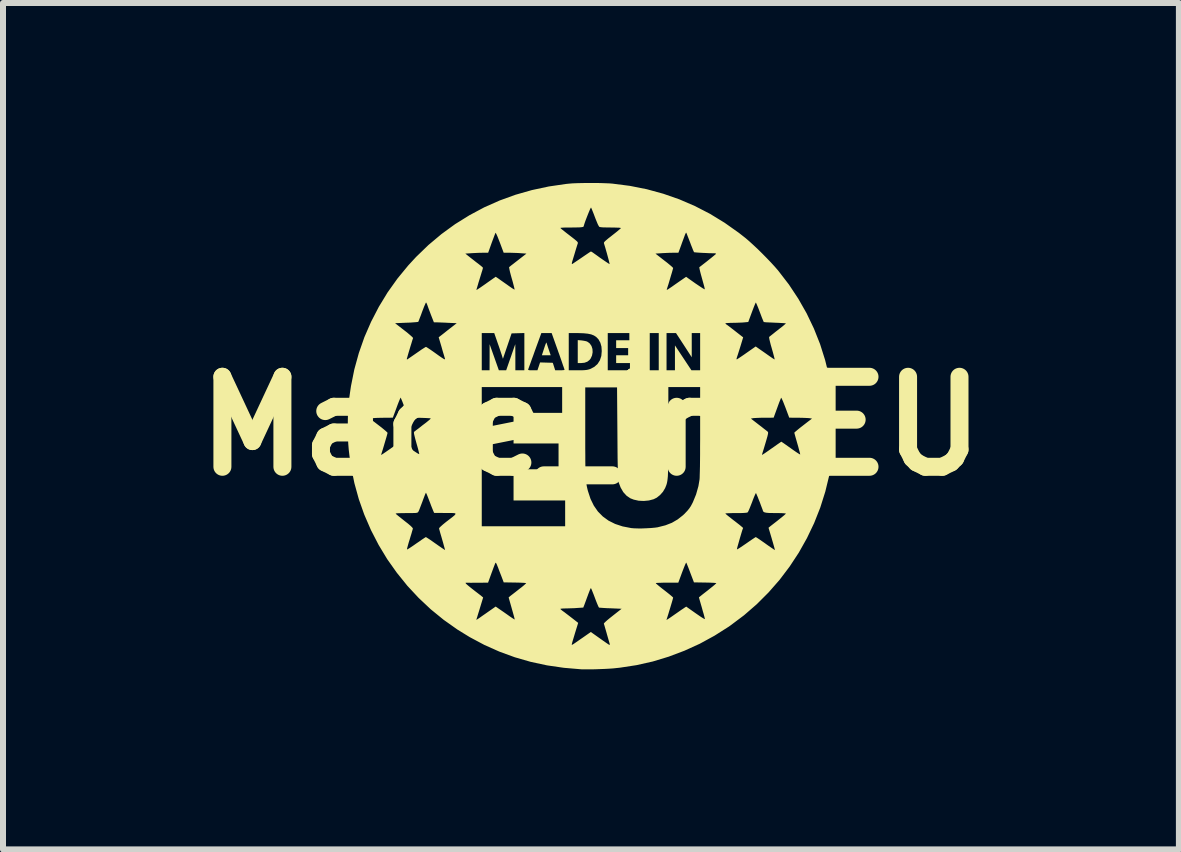
<source format=kicad_pcb>
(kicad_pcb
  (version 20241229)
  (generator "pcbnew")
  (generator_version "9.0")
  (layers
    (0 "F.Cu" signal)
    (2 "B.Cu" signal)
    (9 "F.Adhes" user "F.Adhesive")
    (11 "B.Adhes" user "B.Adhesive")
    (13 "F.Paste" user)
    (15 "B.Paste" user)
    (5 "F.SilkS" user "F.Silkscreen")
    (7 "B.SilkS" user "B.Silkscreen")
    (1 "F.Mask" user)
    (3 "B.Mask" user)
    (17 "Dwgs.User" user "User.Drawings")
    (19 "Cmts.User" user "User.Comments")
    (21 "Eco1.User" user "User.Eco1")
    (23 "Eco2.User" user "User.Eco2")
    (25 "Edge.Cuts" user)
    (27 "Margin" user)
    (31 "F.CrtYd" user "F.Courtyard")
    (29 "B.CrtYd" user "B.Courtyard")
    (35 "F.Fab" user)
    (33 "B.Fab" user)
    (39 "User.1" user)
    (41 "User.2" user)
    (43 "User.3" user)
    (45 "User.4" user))
  (footprint "Made_in_EU"
    (layer "F.Cu")
    (at 6.8 4.052)
    (property "Reference" "Made_in_EU" (at 0 0 0) (layer "F.SilkS") (effects (font (size 1.5 1.5) (thickness 0.3))))
    (attr board_only exclude_from_pos_files exclude_from_bom)
    (fp_poly (pts (xy -0.742 -1.393) (xy -0.737 -1.378) (xy -0.728 -1.349) (xy -0.715 -1.31) (xy -0.705 -1.28) (xy -0.671 -1.18) (xy -0.745 -1.18) (xy -0.818 -1.18) (xy -0.781 -1.294) (xy -0.767 -1.336) (xy -0.755 -1.369) (xy -0.746 -1.389) (xy -0.742 -1.393)) (stroke (width 0) (type solid)) (fill yes) (layer "F.SilkS"))
    (fp_poly (pts (xy -0.157 -1.428) (xy -0.117 -1.422) (xy -0.079 -1.414) (xy -0.059 -1.406) (xy -0.02 -1.377) (xy 0.009 -1.335) (xy 0.025 -1.285) (xy 0.028 -1.231) (xy 0.018 -1.176) (xy -0.005 -1.126) (xy -0.021 -1.105) (xy -0.059 -1.074) (xy -0.107 -1.056) (xy -0.169 -1.05) (xy -0.172 -1.05) (xy -0.22 -1.05) (xy -0.22 -1.241) (xy -0.22 -1.433)) (stroke (width 0) (type solid)) (fill yes) (layer "F.SilkS"))
    (fp_poly (pts (xy 0.055 -4.052) (xy 0.15 -4.051) (xy 0.237 -4.048) (xy 0.313 -4.045) (xy 0.36 -4.041) (xy 0.649 -4.004) (xy 0.931 -3.948) (xy 1.205 -3.873) (xy 1.472 -3.78) (xy 1.732 -3.668) (xy 1.984 -3.538) (xy 2.228 -3.389) (xy 2.464 -3.222) (xy 2.58 -3.131) (xy 2.637 -3.082) (xy 2.704 -3.021) (xy 2.778 -2.952) (xy 2.854 -2.877) (xy 2.929 -2.801) (xy 3.001 -2.726) (xy 3.065 -2.656) (xy 3.119 -2.594) (xy 3.126 -2.585) (xy 3.3 -2.359) (xy 3.456 -2.123) (xy 3.595 -1.879) (xy 3.716 -1.626) (xy 3.819 -1.367) (xy 3.903 -1.101) (xy 3.97 -0.83) (xy 4.017 -0.555) (xy 4.046 -0.276) (xy 4.055 0.005) (xy 4.045 0.288) (xy 4.019 0.544) (xy 3.972 0.821) (xy 3.906 1.093) (xy 3.822 1.359) (xy 3.72 1.617) (xy 3.6 1.868) (xy 3.464 2.11) (xy 3.312 2.341) (xy 3.144 2.563) (xy 2.961 2.772) (xy 2.764 2.969) (xy 2.552 3.153) (xy 2.327 3.322) (xy 2.299 3.342) (xy 2.061 3.493) (xy 1.814 3.628) (xy 1.559 3.744) (xy 1.297 3.843) (xy 1.03 3.924) (xy 0.758 3.985) (xy 0.483 4.027) (xy 0.37 4.039) (xy 0.312 4.043) (xy 0.243 4.047) (xy 0.166 4.05) (xy 0.087 4.053) (xy 0.009 4.055) (xy -0.061 4.055) (xy -0.121 4.055) (xy -0.16 4.054) (xy -0.452 4.029) (xy -0.734 3.988) (xy -1.007 3.929) (xy -1.27 3.853) (xy -1.527 3.759) (xy -1.776 3.648) (xy -2.02 3.518) (xy -2.225 3.392) (xy -2.454 3.23) (xy -2.67 3.054) (xy -2.873 2.863) (xy -3.062 2.66) (xy -3.097 2.616) (xy -2.09 2.616) (xy -2.082 2.628) (xy -2.062 2.646) (xy -2.03 2.673) (xy -1.985 2.709) (xy -1.925 2.756) (xy -1.896 2.778) (xy -1.865 2.802) (xy -1.836 2.824) (xy -1.822 2.836) (xy -1.797 2.857) (xy -1.85 3.031) (xy -1.867 3.087) (xy -1.883 3.138) (xy -1.895 3.179) (xy -1.904 3.207) (xy -1.908 3.219) (xy -1.91 3.225) (xy -1.91 3.228) (xy -1.905 3.227) (xy -1.895 3.221) (xy -1.876 3.209) (xy -1.847 3.189) (xy -1.806 3.16) (xy -1.751 3.122) (xy -1.737 3.112) (xy -1.588 3.008) (xy -1.507 3.064) (xy -1.459 3.097) (xy -1.406 3.134) (xy -1.358 3.168) (xy -1.347 3.176) (xy -1.314 3.198) (xy -1.288 3.215) (xy -1.273 3.223) (xy -1.27 3.223) (xy -1.273 3.212) (xy -1.28 3.184) (xy -1.291 3.143) (xy -1.305 3.093) (xy -1.318 3.047) (xy -0.51 3.047) (xy -0.502 3.057) (xy -0.483 3.073) (xy -0.467 3.085) (xy -0.443 3.102) (xy -0.408 3.129) (xy -0.366 3.161) (xy -0.322 3.195) (xy -0.319 3.197) (xy -0.213 3.28) (xy -0.266 3.452) (xy -0.283 3.509) (xy -0.298 3.559) (xy -0.31 3.599) (xy -0.317 3.627) (xy -0.32 3.638) (xy -0.32 3.643) (xy -0.318 3.646) (xy -0.313 3.645) (xy -0.303 3.64) (xy -0.284 3.628) (xy -0.256 3.609) (xy -0.216 3.581) (xy -0.163 3.544) (xy -0.148 3.534) (xy -0.002 3.432) (xy 0.146 3.537) (xy 0.194 3.571) (xy 0.237 3.601) (xy 0.272 3.625) (xy 0.296 3.641) (xy 0.307 3.647) (xy 0.314 3.646) (xy 0.312 3.63) (xy 0.311 3.623) (xy 0.305 3.604) (xy 0.295 3.569) (xy 0.282 3.524) (xy 0.267 3.472) (xy 0.261 3.45) (xy 0.246 3.398) (xy 0.233 3.353) (xy 0.223 3.318) (xy 0.216 3.297) (xy 0.215 3.293) (xy 0.221 3.283) (xy 0.241 3.263) (xy 0.272 3.235) (xy 0.313 3.201) (xy 0.36 3.164) (xy 0.361 3.163) (xy 0.511 3.045) (xy 0.328 3.037) (xy 0.269 3.035) (xy 0.217 3.032) (xy 0.175 3.029) (xy 0.147 3.027) (xy 0.135 3.026) (xy 0.128 3.016) (xy 0.116 2.99) (xy 0.1 2.952) (xy 0.081 2.904) (xy 0.065 2.861) (xy 0.045 2.808) (xy 0.027 2.763) (xy 0.013 2.728) (xy 0.003 2.706) (xy -0.001 2.7) (xy -0.007 2.709) (xy -0.018 2.733) (xy -0.032 2.769) (xy -0.049 2.813) (xy -0.05 2.817) (xy -0.069 2.868) (xy -0.086 2.915) (xy -0.101 2.955) (xy -0.11 2.98) (xy -0.128 3.025) (xy -0.221 3.031) (xy -0.277 3.035) (xy -0.341 3.037) (xy -0.401 3.039) (xy -0.412 3.039) (xy -0.454 3.04) (xy -0.486 3.042) (xy -0.506 3.045) (xy -0.51 3.047) (xy -1.318 3.047) (xy -1.321 3.036) (xy -1.321 3.036) (xy -1.372 2.856) (xy -1.344 2.832) (xy -1.326 2.818) (xy -1.295 2.794) (xy -1.256 2.764) (xy -1.213 2.73) (xy -1.198 2.718) (xy -1.156 2.686) (xy -1.121 2.657) (xy -1.096 2.635) (xy -1.082 2.622) (xy -1.08 2.619) (xy -1.082 2.618) (xy 1.08 2.618) (xy 1.088 2.627) (xy 1.109 2.645) (xy 1.14 2.671) (xy 1.181 2.704) (xy 1.225 2.738) (xy 1.271 2.774) (xy 1.311 2.806) (xy 1.343 2.833) (xy 1.363 2.851) (xy 1.37 2.859) (xy 1.367 2.87) (xy 1.36 2.898) (xy 1.349 2.936) (xy 1.335 2.983) (xy 1.32 3.033) (xy 1.304 3.085) (xy 1.29 3.132) (xy 1.277 3.173) (xy 1.268 3.202) (xy 1.263 3.216) (xy 1.259 3.228) (xy 1.264 3.229) (xy 1.28 3.219) (xy 1.285 3.216) (xy 1.305 3.203) (xy 1.336 3.182) (xy 1.376 3.154) (xy 1.419 3.124) (xy 1.425 3.12) (xy 1.468 3.09) (xy 1.508 3.062) (xy 1.54 3.041) (xy 1.56 3.027) (xy 1.562 3.026) (xy 1.588 3.009) (xy 1.744 3.119) (xy 1.792 3.152) (xy 1.834 3.181) (xy 1.868 3.202) (xy 1.891 3.215) (xy 1.9 3.217) (xy 1.9 3.217) (xy 1.897 3.204) (xy 1.89 3.175) (xy 1.879 3.133) (xy 1.864 3.083) (xy 1.85 3.031) (xy 1.834 2.976) (xy 1.82 2.927) (xy 1.809 2.889) (xy 1.802 2.864) (xy 1.8 2.855) (xy 1.807 2.849) (xy 1.828 2.832) (xy 1.86 2.806) (xy 1.9 2.775) (xy 1.945 2.74) (xy 1.991 2.703) (xy 2.031 2.671) (xy 2.062 2.645) (xy 2.083 2.626) (xy 2.09 2.618) (xy 2.081 2.616) (xy 2.054 2.613) (xy 2.014 2.611) (xy 1.963 2.609) (xy 1.905 2.608) (xy 1.903 2.608) (xy 1.717 2.605) (xy 1.655 2.443) (xy 1.635 2.389) (xy 1.617 2.343) (xy 1.602 2.306) (xy 1.592 2.282) (xy 1.588 2.275) (xy 1.583 2.282) (xy 1.572 2.305) (xy 1.557 2.341) (xy 1.539 2.387) (xy 1.519 2.439) (xy 1.456 2.61) (xy 1.268 2.61) (xy 1.209 2.61) (xy 1.158 2.612) (xy 1.117 2.613) (xy 1.09 2.615) (xy 1.08 2.618) (xy 1.08 2.618) (xy -1.082 2.618) (xy -1.089 2.616) (xy -1.116 2.613) (xy -1.156 2.611) (xy -1.207 2.609) (xy -1.265 2.608) (xy -1.267 2.608) (xy -1.454 2.605) (xy -1.49 2.51) (xy -1.51 2.459) (xy -1.531 2.405) (xy -1.549 2.356) (xy -1.555 2.342) (xy -1.568 2.309) (xy -1.58 2.285) (xy -1.589 2.276) (xy -1.59 2.277) (xy -1.596 2.288) (xy -1.607 2.316) (xy -1.622 2.355) (xy -1.64 2.404) (xy -1.656 2.447) (xy -1.715 2.61) (xy -1.89 2.611) (xy -1.948 2.611) (xy -1.999 2.612) (xy -2.04 2.611) (xy -2.068 2.611) (xy -2.078 2.611) (xy -2.088 2.611) (xy -2.09 2.616) (xy -3.097 2.616) (xy -3.236 2.444) (xy -3.396 2.218) (xy -3.539 1.981) (xy -3.666 1.735) (xy -3.776 1.481) (xy -3.784 1.46) (xy -3.255 1.46) (xy -3.246 1.469) (xy -3.223 1.488) (xy -3.19 1.515) (xy -3.148 1.548) (xy -3.107 1.581) (xy -3.048 1.627) (xy -3.006 1.663) (xy -2.98 1.689) (xy -2.969 1.705) (xy -2.968 1.708) (xy -2.972 1.723) (xy -2.981 1.753) (xy -2.993 1.796) (xy -3.009 1.847) (xy -3.021 1.888) (xy -3.038 1.942) (xy -3.051 1.989) (xy -3.061 2.026) (xy -3.066 2.05) (xy -3.066 2.057) (xy -3.057 2.053) (xy -3.034 2.04) (xy -3 2.018) (xy -2.957 1.989) (xy -2.91 1.956) (xy -2.861 1.923) (xy -2.819 1.893) (xy -2.784 1.87) (xy -2.761 1.855) (xy -2.751 1.85) (xy -2.741 1.856) (xy -2.717 1.871) (xy -2.682 1.894) (xy -2.639 1.924) (xy -2.591 1.958) (xy -2.589 1.959) (xy -2.541 1.993) (xy -2.499 2.022) (xy -2.465 2.045) (xy -2.442 2.06) (xy -2.433 2.066) (xy -2.432 2.066) (xy -2.434 2.056) (xy -2.441 2.03) (xy -2.452 1.991) (xy -2.465 1.942) (xy -2.479 1.894) (xy -2.495 1.838) (xy -2.51 1.788) (xy -2.521 1.747) (xy -2.529 1.719) (xy -2.532 1.708) (xy -2.526 1.695) (xy -2.504 1.673) (xy -2.467 1.64) (xy -2.413 1.596) (xy -2.405 1.59) (xy -2.345 1.544) (xy -2.3 1.509) (xy -2.271 1.484) (xy -2.258 1.467) (xy -2.26 1.456) (xy -2.278 1.451) (xy -2.312 1.449) (xy -2.363 1.449) (xy -2.42 1.449) (xy -2.479 1.448) (xy -2.531 1.448) (xy -2.572 1.448) (xy -2.6 1.448) (xy -2.611 1.448) (xy -2.617 1.44) (xy -2.628 1.415) (xy -2.643 1.378) (xy -2.662 1.331) (xy -2.681 1.28) (xy -2.702 1.226) (xy -2.72 1.179) (xy -2.735 1.142) (xy -2.746 1.118) (xy -2.75 1.11) (xy -2.755 1.119) (xy -2.766 1.143) (xy -2.78 1.18) (xy -2.798 1.227) (xy -2.809 1.258) (xy -2.829 1.31) (xy -2.847 1.357) (xy -2.862 1.396) (xy -2.873 1.421) (xy -2.877 1.427) (xy -2.882 1.435) (xy -2.89 1.441) (xy -2.902 1.445) (xy -2.921 1.448) (xy -2.951 1.449) (xy -2.995 1.45) (xy -3.055 1.45) (xy -3.076 1.45) (xy -3.147 1.451) (xy -3.201 1.452) (xy -3.237 1.454) (xy -3.254 1.458) (xy -3.255 1.46) (xy -3.784 1.46) (xy -3.869 1.219) (xy -3.943 0.951) (xy -3.999 0.678) (xy -4.01 0.606) (xy -4.023 0.51) (xy -1.82 0.51) (xy -1.82 1.67) (xy -1.125 1.67) (xy -0.43 1.67) (xy -0.43 1.455) (xy -0.43 1.24) (xy -0.86 1.24) (xy -1.29 1.24) (xy -1.29 0.98) (xy -1.29 0.72) (xy -0.915 0.72) (xy -0.54 0.72) (xy -0.54 0.505) (xy -0.54 0.29) (xy -0.915 0.29) (xy -1.29 0.29) (xy -1.29 0.035) (xy -1.29 -0.22) (xy -0.885 -0.22) (xy -0.48 -0.22) (xy -0.48 -0.435) (xy -0.48 -0.645) (xy -0.095 -0.645) (xy -0.095 0.095) (xy -0.095 0.243) (xy -0.095 0.372) (xy -0.094 0.485) (xy -0.094 0.582) (xy -0.093 0.666) (xy -0.091 0.737) (xy -0.089 0.798) (xy -0.087 0.85) (xy -0.084 0.894) (xy -0.08 0.933) (xy -0.075 0.967) (xy -0.07 0.999) (xy -0.063 1.03) (xy -0.056 1.061) (xy -0.049 1.086) (xy -0.007 1.214) (xy 0.048 1.326) (xy 0.116 1.424) (xy 0.198 1.507) (xy 0.293 1.576) (xy 0.403 1.631) (xy 0.527 1.672) (xy 0.666 1.699) (xy 0.67 1.7) (xy 0.719 1.704) (xy 0.782 1.706) (xy 0.854 1.706) (xy 0.928 1.703) (xy 1.001 1.699) (xy 1.066 1.693) (xy 1.117 1.686) (xy 1.118 1.685) (xy 1.241 1.654) (xy 1.349 1.612) (xy 1.445 1.556) (xy 1.534 1.486) (xy 1.564 1.458) (xy 2.24 1.458) (xy 2.248 1.466) (xy 2.269 1.484) (xy 2.301 1.51) (xy 2.342 1.542) (xy 2.389 1.579) (xy 2.39 1.579) (xy 2.436 1.615) (xy 2.477 1.647) (xy 2.508 1.673) (xy 2.529 1.691) (xy 2.536 1.699) (xy 2.536 1.699) (xy 2.53 1.714) (xy 2.52 1.743) (xy 2.508 1.783) (xy 2.494 1.83) (xy 2.479 1.881) (xy 2.465 1.931) (xy 2.452 1.977) (xy 2.441 2.016) (xy 2.435 2.043) (xy 2.433 2.056) (xy 2.433 2.056) (xy 2.442 2.052) (xy 2.465 2.039) (xy 2.499 2.017) (xy 2.542 1.988) (xy 2.589 1.956) (xy 2.638 1.922) (xy 2.68 1.893) (xy 2.715 1.87) (xy 2.738 1.855) (xy 2.748 1.85) (xy 2.758 1.856) (xy 2.782 1.871) (xy 2.816 1.894) (xy 2.859 1.924) (xy 2.908 1.958) (xy 2.91 1.96) (xy 2.958 1.994) (xy 3 2.023) (xy 3.034 2.046) (xy 3.057 2.062) (xy 3.066 2.067) (xy 3.066 2.067) (xy 3.064 2.057) (xy 3.058 2.031) (xy 3.047 1.992) (xy 3.033 1.942) (xy 3.016 1.885) (xy 3.015 1.88) (xy 2.998 1.823) (xy 2.983 1.772) (xy 2.971 1.732) (xy 2.963 1.705) (xy 2.96 1.694) (xy 2.96 1.694) (xy 2.968 1.688) (xy 2.988 1.671) (xy 3.02 1.646) (xy 3.06 1.615) (xy 3.105 1.58) (xy 3.151 1.543) (xy 3.191 1.511) (xy 3.222 1.485) (xy 3.243 1.466) (xy 3.25 1.458) (xy 3.241 1.456) (xy 3.214 1.453) (xy 3.175 1.451) (xy 3.125 1.45) (xy 3.086 1.45) (xy 3.014 1.449) (xy 2.96 1.448) (xy 2.921 1.444) (xy 2.894 1.438) (xy 2.878 1.43) (xy 2.869 1.418) (xy 2.867 1.413) (xy 2.86 1.391) (xy 2.847 1.357) (xy 2.831 1.315) (xy 2.814 1.268) (xy 2.795 1.222) (xy 2.779 1.18) (xy 2.764 1.146) (xy 2.755 1.124) (xy 2.751 1.117) (xy 2.745 1.123) (xy 2.734 1.146) (xy 2.719 1.181) (xy 2.701 1.226) (xy 2.686 1.267) (xy 2.665 1.32) (xy 2.646 1.368) (xy 2.63 1.405) (xy 2.618 1.43) (xy 2.612 1.438) (xy 2.598 1.443) (xy 2.571 1.446) (xy 2.528 1.449) (xy 2.468 1.45) (xy 2.418 1.45) (xy 2.361 1.45) (xy 2.311 1.452) (xy 2.273 1.453) (xy 2.248 1.455) (xy 2.24 1.458) (xy 1.564 1.458) (xy 1.566 1.455) (xy 1.607 1.412) (xy 1.638 1.374) (xy 1.665 1.334) (xy 1.691 1.285) (xy 1.699 1.269) (xy 1.752 1.14) (xy 1.791 1.002) (xy 1.81 0.89) (xy 1.812 0.863) (xy 1.813 0.817) (xy 1.815 0.754) (xy 1.817 0.674) (xy 1.818 0.579) (xy 1.819 0.47) (xy 1.819 0.348) (xy 1.82 0.215) (xy 1.82 0.078) (xy 1.82 -0.125) (xy 2.666 -0.125) (xy 2.8 -0.021) (xy 2.846 0.014) (xy 2.886 0.046) (xy 2.919 0.071) (xy 2.941 0.089) (xy 2.948 0.095) (xy 2.952 0.103) (xy 2.953 0.116) (xy 2.949 0.139) (xy 2.941 0.173) (xy 2.927 0.222) (xy 2.91 0.28) (xy 2.893 0.337) (xy 2.878 0.387) (xy 2.865 0.428) (xy 2.857 0.455) (xy 2.853 0.467) (xy 2.852 0.479) (xy 2.854 0.48) (xy 2.863 0.474) (xy 2.887 0.459) (xy 2.921 0.436) (xy 2.964 0.406) (xy 3.012 0.372) (xy 3.015 0.37) (xy 3.064 0.336) (xy 3.106 0.306) (xy 3.141 0.282) (xy 3.164 0.266) (xy 3.174 0.26) (xy 3.174 0.26) (xy 3.182 0.266) (xy 3.205 0.281) (xy 3.238 0.304) (xy 3.28 0.334) (xy 3.329 0.368) (xy 3.331 0.37) (xy 3.379 0.404) (xy 3.421 0.433) (xy 3.455 0.455) (xy 3.478 0.469) (xy 3.487 0.473) (xy 3.488 0.472) (xy 3.486 0.461) (xy 3.479 0.433) (xy 3.468 0.393) (xy 3.455 0.343) (xy 3.44 0.291) (xy 3.424 0.235) (xy 3.41 0.186) (xy 3.399 0.146) (xy 3.392 0.12) (xy 3.39 0.11) (xy 3.397 0.102) (xy 3.418 0.084) (xy 3.449 0.058) (xy 3.487 0.027) (xy 3.531 -0.007) (xy 3.576 -0.042) (xy 3.62 -0.076) (xy 3.645 -0.095) (xy 3.685 -0.125) (xy 3.64 -0.132) (xy 3.613 -0.134) (xy 3.572 -0.136) (xy 3.521 -0.138) (xy 3.465 -0.139) (xy 3.45 -0.139) (xy 3.305 -0.14) (xy 3.241 -0.311) (xy 3.22 -0.364) (xy 3.202 -0.41) (xy 3.186 -0.445) (xy 3.175 -0.467) (xy 3.17 -0.473) (xy 3.165 -0.461) (xy 3.154 -0.434) (xy 3.138 -0.395) (xy 3.12 -0.346) (xy 3.104 -0.302) (xy 3.045 -0.14) (xy 2.895 -0.139) (xy 2.839 -0.139) (xy 2.786 -0.137) (xy 2.743 -0.135) (xy 2.712 -0.133) (xy 2.705 -0.132) (xy 2.666 -0.125) (xy 1.82 -0.125) (xy 1.82 -0.65) (xy 1.555 -0.65) (xy 1.29 -0.65) (xy 1.29 0.09) (xy 1.29 0.238) (xy 1.29 0.367) (xy 1.289 0.479) (xy 1.289 0.575) (xy 1.288 0.658) (xy 1.286 0.727) (xy 1.284 0.786) (xy 1.282 0.835) (xy 1.278 0.875) (xy 1.274 0.909) (xy 1.269 0.938) (xy 1.263 0.963) (xy 1.256 0.985) (xy 1.247 1.007) (xy 1.238 1.03) (xy 1.235 1.036) (xy 1.2 1.095) (xy 1.152 1.149) (xy 1.097 1.193) (xy 1.045 1.219) (xy 0.966 1.24) (xy 0.881 1.248) (xy 0.795 1.244) (xy 0.714 1.226) (xy 0.657 1.204) (xy 0.594 1.161) (xy 0.539 1.101) (xy 0.495 1.025) (xy 0.461 0.936) (xy 0.458 0.928) (xy 0.456 0.913) (xy 0.453 0.885) (xy 0.451 0.844) (xy 0.449 0.788) (xy 0.448 0.718) (xy 0.446 0.631) (xy 0.444 0.528) (xy 0.443 0.408) (xy 0.442 0.269) (xy 0.441 0.12) (xy 0.435 -0.645) (xy 0.17 -0.645) (xy -0.095 -0.645) (xy -0.48 -0.645) (xy -0.48 -0.65) (xy -1.15 -0.65) (xy -1.82 -0.65) (xy -1.82 0.51) (xy -4.023 0.51) (xy -4.025 0.496) (xy -4.037 0.395) (xy -4.045 0.297) (xy -4.05 0.197) (xy -4.052 0.087) (xy -4.053 -0.005) (xy -4.052 -0.121) (xy -4.052 -0.125) (xy -3.684 -0.125) (xy -3.537 -0.012) (xy -3.49 0.024) (xy -3.45 0.057) (xy -3.418 0.084) (xy -3.397 0.104) (xy -3.39 0.113) (xy -3.393 0.125) (xy -3.4 0.152) (xy -3.411 0.191) (xy -3.425 0.238) (xy -3.44 0.289) (xy -3.455 0.34) (xy -3.469 0.387) (xy -3.482 0.428) (xy -3.491 0.457) (xy -3.495 0.468) (xy -3.496 0.479) (xy -3.494 0.48) (xy -3.484 0.474) (xy -3.461 0.459) (xy -3.427 0.436) (xy -3.384 0.406) (xy -3.335 0.372) (xy -3.333 0.37) (xy -3.279 0.332) (xy -3.238 0.304) (xy -3.209 0.286) (xy -3.189 0.274) (xy -3.175 0.27) (xy -3.165 0.27) (xy -3.155 0.273) (xy -3.151 0.276) (xy -3.134 0.287) (xy -3.104 0.308) (xy -3.065 0.335) (xy -3.02 0.366) (xy -2.995 0.384) (xy -2.951 0.415) (xy -2.913 0.44) (xy -2.884 0.458) (xy -2.866 0.466) (xy -2.862 0.466) (xy -2.864 0.453) (xy -2.871 0.425) (xy -2.881 0.383) (xy -2.895 0.333) (xy -2.91 0.28) (xy -2.928 0.215) (xy -2.94 0.167) (xy -2.948 0.133) (xy -2.951 0.111) (xy -2.949 0.099) (xy -2.947 0.095) (xy -2.935 0.086) (xy -2.91 0.066) (xy -2.875 0.04) (xy -2.834 0.008) (xy -2.808 -0.013) (xy -2.764 -0.046) (xy -2.726 -0.076) (xy -2.697 -0.1) (xy -2.679 -0.116) (xy -2.675 -0.12) (xy -2.672 -0.124) (xy -2.672 -0.127) (xy -2.676 -0.129) (xy -2.688 -0.131) (xy -2.709 -0.132) (xy -2.742 -0.134) (xy -2.789 -0.136) (xy -2.854 -0.138) (xy -2.869 -0.139) (xy -3.043 -0.145) (xy -3.104 -0.307) (xy -3.125 -0.36) (xy -3.143 -0.407) (xy -3.158 -0.443) (xy -3.168 -0.467) (xy -3.171 -0.475) (xy -3.176 -0.468) (xy -3.187 -0.444) (xy -3.202 -0.408) (xy -3.22 -0.362) (xy -3.239 -0.31) (xy -3.302 -0.14) (xy -3.443 -0.139) (xy -3.5 -0.138) (xy -3.553 -0.137) (xy -3.598 -0.135) (xy -3.63 -0.132) (xy -3.634 -0.132) (xy -3.684 -0.125) (xy -4.052 -0.125) (xy -4.049 -0.222) (xy -4.044 -0.316) (xy -4.036 -0.407) (xy -4.024 -0.502) (xy -4.009 -0.606) (xy -4 -0.666) (xy -3.944 -0.945) (xy -3.869 -1.217) (xy -3.776 -1.483) (xy -3.675 -1.715) (xy -3.265 -1.715) (xy -3.113 -1.597) (xy -3.065 -1.56) (xy -3.025 -1.526) (xy -2.993 -1.498) (xy -2.972 -1.478) (xy -2.965 -1.467) (xy -2.965 -1.467) (xy -2.971 -1.45) (xy -2.981 -1.419) (xy -2.993 -1.378) (xy -3.008 -1.33) (xy -3.023 -1.28) (xy -3.038 -1.23) (xy -3.051 -1.185) (xy -3.061 -1.149) (xy -3.068 -1.125) (xy -3.07 -1.117) (xy -3.066 -1.11) (xy -3.065 -1.11) (xy -3.056 -1.115) (xy -3.033 -1.131) (xy -2.999 -1.154) (xy -2.957 -1.183) (xy -2.911 -1.215) (xy -2.863 -1.248) (xy -2.82 -1.278) (xy -2.785 -1.3) (xy -2.761 -1.315) (xy -2.75 -1.32) (xy -2.738 -1.314) (xy -2.714 -1.299) (xy -2.678 -1.275) (xy -2.636 -1.246) (xy -2.598 -1.219) (xy -2.541 -1.178) (xy -2.498 -1.148) (xy -2.467 -1.128) (xy -2.448 -1.116) (xy -2.437 -1.113) (xy -2.432 -1.116) (xy -2.434 -1.125) (xy -2.435 -1.131) (xy -2.441 -1.148) (xy -2.45 -1.181) (xy -2.464 -1.226) (xy -2.479 -1.278) (xy -2.49 -1.318) (xy -2.538 -1.48) (xy -2.448 -1.55) (xy -1.82 -1.55) (xy -1.82 -1.24) (xy -1.82 -0.93) (xy -1.755 -0.93) (xy -1.69 -0.93) (xy -1.689 -1.147) (xy -1.689 -1.365) (xy -1.612 -1.148) (xy -1.535 -0.93) (xy -1.474 -0.93) (xy -1.413 -0.93) (xy -1.355 -1.097) (xy -1.334 -1.156) (xy -1.315 -1.212) (xy -1.298 -1.26) (xy -1.285 -1.298) (xy -1.279 -1.315) (xy -1.261 -1.365) (xy -1.26 -1.147) (xy -1.26 -0.93) (xy -1.185 -0.93) (xy -1.11 -0.93) (xy -1.11 -0.944) (xy -1.047 -0.944) (xy -1.046 -0.937) (xy -1.033 -0.932) (xy -1.006 -0.93) (xy -0.972 -0.93) (xy -0.892 -0.93) (xy -0.87 -0.995) (xy -0.848 -1.061) (xy -0.742 -1.058) (xy -0.636 -1.055) (xy -0.616 -0.993) (xy -0.596 -0.93) (xy -0.518 -0.93) (xy -0.481 -0.931) (xy -0.454 -0.933) (xy -0.441 -0.936) (xy -0.44 -0.937) (xy -0.443 -0.948) (xy -0.452 -0.976) (xy -0.467 -1.017) (xy -0.485 -1.071) (xy -0.507 -1.134) (xy -0.532 -1.205) (xy -0.545 -1.24) (xy -0.37 -1.24) (xy -0.37 -0.93) (xy -0.22 -0.93) (xy -0.159 -0.93) (xy -0.113 -0.932) (xy -0.079 -0.935) (xy -0.051 -0.94) (xy -0.026 -0.947) (xy -0.013 -0.951) (xy 0.056 -0.987) (xy 0.11 -1.035) (xy 0.149 -1.096) (xy 0.173 -1.169) (xy 0.179 -1.24) (xy 0.28 -1.24) (xy 0.28 -0.93) (xy 0.465 -0.93) (xy 0.65 -0.93) (xy 0.65 -0.99) (xy 0.65 -1.05) (xy 0.535 -1.05) (xy 0.42 -1.05) (xy 0.42 -1.115) (xy 0.42 -1.18) (xy 0.52 -1.18) (xy 0.62 -1.18) (xy 0.62 -1.24) (xy 0.98 -1.24) (xy 0.98 -0.93) (xy 1.055 -0.93) (xy 1.13 -0.93) (xy 1.13 -1.24) (xy 1.26 -1.24) (xy 1.26 -0.93) (xy 1.33 -0.93) (xy 1.4 -0.93) (xy 1.4 -1.137) (xy 1.4 -1.345) (xy 1.538 -1.137) (xy 1.675 -0.93) (xy 1.747 -0.93) (xy 1.82 -0.93) (xy 1.82 -1.24) (xy 1.82 -1.55) (xy 1.75 -1.55) (xy 1.68 -1.55) (xy 1.68 -1.349) (xy 1.68 -1.147) (xy 1.549 -1.349) (xy 1.418 -1.55) (xy 1.339 -1.55) (xy 1.26 -1.55) (xy 1.26 -1.24) (xy 1.13 -1.24) (xy 1.13 -1.55) (xy 1.055 -1.55) (xy 0.98 -1.55) (xy 0.98 -1.24) (xy 0.62 -1.24) (xy 0.62 -1.3) (xy 0.52 -1.3) (xy 0.42 -1.3) (xy 0.42 -1.365) (xy 0.42 -1.43) (xy 0.53 -1.43) (xy 0.64 -1.43) (xy 0.64 -1.49) (xy 0.64 -1.55) (xy 0.46 -1.55) (xy 0.28 -1.55) (xy 0.28 -1.24) (xy 0.179 -1.24) (xy 0.18 -1.249) (xy 0.175 -1.325) (xy 0.157 -1.389) (xy 0.128 -1.442) (xy 0.119 -1.453) (xy 0.087 -1.486) (xy 0.05 -1.51) (xy 0.005 -1.528) (xy -0.052 -1.54) (xy -0.122 -1.547) (xy -0.209 -1.55) (xy -0.223 -1.55) (xy -0.37 -1.55) (xy -0.37 -1.24) (xy -0.545 -1.24) (xy -0.547 -1.247) (xy -0.655 -1.55) (xy -0.741 -1.55) (xy -0.827 -1.55) (xy -0.935 -1.254) (xy -0.961 -1.18) (xy -0.986 -1.113) (xy -1.007 -1.053) (xy -1.025 -1.004) (xy -1.038 -0.968) (xy -1.045 -0.947) (xy -1.047 -0.944) (xy -1.11 -0.944) (xy -1.11 -1.24) (xy -1.11 -1.551) (xy -1.216 -1.548) (xy -1.323 -1.545) (xy -1.395 -1.333) (xy -1.467 -1.122) (xy -1.48 -1.163) (xy -1.487 -1.186) (xy -1.5 -1.224) (xy -1.516 -1.273) (xy -1.535 -1.329) (xy -1.552 -1.377) (xy -1.612 -1.55) (xy -1.716 -1.55) (xy -1.82 -1.55) (xy -2.448 -1.55) (xy -2.388 -1.598) (xy -2.241 -1.712) (xy 2.24 -1.712) (xy 2.248 -1.702) (xy 2.26 -1.692) (xy 2.275 -1.682) (xy 2.302 -1.662) (xy 2.338 -1.634) (xy 2.381 -1.601) (xy 2.409 -1.579) (xy 2.537 -1.479) (xy 2.494 -1.337) (xy 2.477 -1.283) (xy 2.461 -1.232) (xy 2.447 -1.188) (xy 2.437 -1.158) (xy 2.435 -1.152) (xy 2.427 -1.125) (xy 2.426 -1.114) (xy 2.433 -1.113) (xy 2.435 -1.113) (xy 2.447 -1.121) (xy 2.473 -1.138) (xy 2.509 -1.162) (xy 2.553 -1.192) (xy 2.597 -1.223) (xy 2.746 -1.327) (xy 2.901 -1.219) (xy 2.949 -1.185) (xy 2.992 -1.155) (xy 3.027 -1.131) (xy 3.051 -1.116) (xy 3.061 -1.11) (xy 3.061 -1.11) (xy 3.061 -1.119) (xy 3.055 -1.144) (xy 3.045 -1.183) (xy 3.032 -1.232) (xy 3.016 -1.288) (xy 3.015 -1.292) (xy 2.997 -1.354) (xy 2.984 -1.406) (xy 2.974 -1.448) (xy 2.97 -1.475) (xy 2.97 -1.485) (xy 2.98 -1.494) (xy 3.004 -1.513) (xy 3.038 -1.54) (xy 3.079 -1.573) (xy 3.114 -1.6) (xy 3.158 -1.635) (xy 3.197 -1.665) (xy 3.226 -1.69) (xy 3.245 -1.706) (xy 3.25 -1.711) (xy 3.24 -1.713) (xy 3.214 -1.716) (xy 3.174 -1.718) (xy 3.124 -1.721) (xy 3.069 -1.723) (xy 3.011 -1.726) (xy 2.96 -1.728) (xy 2.919 -1.73) (xy 2.892 -1.733) (xy 2.881 -1.734) (xy 2.876 -1.744) (xy 2.865 -1.77) (xy 2.849 -1.809) (xy 2.831 -1.857) (xy 2.815 -1.899) (xy 2.795 -1.952) (xy 2.777 -1.997) (xy 2.762 -2.032) (xy 2.752 -2.054) (xy 2.749 -2.06) (xy 2.743 -2.051) (xy 2.732 -2.026) (xy 2.717 -1.989) (xy 2.699 -1.942) (xy 2.682 -1.897) (xy 2.622 -1.735) (xy 2.558 -1.729) (xy 2.523 -1.726) (xy 2.474 -1.724) (xy 2.418 -1.722) (xy 2.368 -1.721) (xy 2.32 -1.72) (xy 2.28 -1.718) (xy 2.252 -1.716) (xy 2.24 -1.713) (xy 2.24 -1.712) (xy -2.241 -1.712) (xy -2.237 -1.715) (xy -2.376 -1.721) (xy -2.432 -1.724) (xy -2.486 -1.726) (xy -2.531 -1.728) (xy -2.563 -1.729) (xy -2.567 -1.729) (xy -2.618 -1.73) (xy -2.668 -1.857) (xy -2.687 -1.908) (xy -2.705 -1.955) (xy -2.719 -1.994) (xy -2.728 -2.02) (xy -2.729 -2.022) (xy -2.739 -2.046) (xy -2.747 -2.059) (xy -2.749 -2.06) (xy -2.755 -2.051) (xy -2.766 -2.026) (xy -2.782 -1.989) (xy -2.8 -1.942) (xy -2.815 -1.903) (xy -2.834 -1.85) (xy -2.852 -1.804) (xy -2.866 -1.767) (xy -2.875 -1.744) (xy -2.879 -1.738) (xy -2.891 -1.735) (xy -2.919 -1.732) (xy -2.961 -1.729) (xy -3.013 -1.725) (xy -3.073 -1.723) (xy -3.075 -1.723) (xy -3.265 -1.715) (xy -3.675 -1.715) (xy -3.664 -1.74) (xy -3.535 -1.989) (xy -3.389 -2.229) (xy -3.225 -2.459) (xy -3.045 -2.678) (xy -2.915 -2.819) (xy -2.857 -2.875) (xy -2.094 -2.875) (xy -2.005 -2.804) (xy -1.961 -2.77) (xy -1.917 -2.735) (xy -1.877 -2.705) (xy -1.857 -2.689) (xy -1.829 -2.667) (xy -1.809 -2.649) (xy -1.8 -2.638) (xy -1.8 -2.638) (xy -1.803 -2.626) (xy -1.81 -2.599) (xy -1.822 -2.562) (xy -1.829 -2.538) (xy -1.845 -2.486) (xy -1.862 -2.431) (xy -1.877 -2.383) (xy -1.88 -2.371) (xy -1.891 -2.334) (xy -1.9 -2.303) (xy -1.906 -2.285) (xy -1.907 -2.284) (xy -1.908 -2.272) (xy -1.905 -2.27) (xy -1.895 -2.276) (xy -1.872 -2.291) (xy -1.837 -2.314) (xy -1.794 -2.344) (xy -1.745 -2.378) (xy -1.743 -2.38) (xy -1.588 -2.489) (xy -1.541 -2.458) (xy -1.515 -2.439) (xy -1.478 -2.413) (xy -1.434 -2.382) (xy -1.388 -2.35) (xy -1.386 -2.348) (xy -1.346 -2.32) (xy -1.311 -2.296) (xy -1.286 -2.281) (xy -1.273 -2.274) (xy -1.273 -2.274) (xy -1.274 -2.285) (xy -1.28 -2.311) (xy -1.29 -2.351) (xy -1.303 -2.401) (xy -1.319 -2.458) (xy -1.32 -2.46) (xy -1.336 -2.518) (xy -1.349 -2.568) (xy -1.358 -2.609) (xy -1.363 -2.637) (xy -1.364 -2.65) (xy -1.363 -2.65) (xy -1.353 -2.658) (xy -1.33 -2.677) (xy -1.296 -2.703) (xy -1.255 -2.735) (xy -1.215 -2.766) (xy -1.075 -2.875) (xy -1.165 -2.881) (xy -1.218 -2.885) (xy -1.28 -2.887) (xy -1.34 -2.889) (xy -1.355 -2.889) (xy -1.455 -2.89) (xy -1.519 -3.061) (xy -1.54 -3.114) (xy -1.558 -3.16) (xy -1.574 -3.195) (xy -1.585 -3.217) (xy -1.59 -3.223) (xy -1.595 -3.211) (xy -1.606 -3.184) (xy -1.621 -3.144) (xy -1.639 -3.096) (xy -1.655 -3.053) (xy -1.713 -2.89) (xy -1.809 -2.889) (xy -1.866 -2.888) (xy -1.931 -2.885) (xy -1.99 -2.882) (xy -2 -2.881) (xy -2.094 -2.875) (xy -2.857 -2.875) (xy -2.709 -3.018) (xy -2.492 -3.2) (xy -2.351 -3.303) (xy -0.509 -3.303) (xy -0.502 -3.294) (xy -0.481 -3.276) (xy -0.448 -3.25) (xy -0.408 -3.218) (xy -0.361 -3.182) (xy -0.36 -3.181) (xy -0.308 -3.141) (xy -0.27 -3.111) (xy -0.244 -3.089) (xy -0.228 -3.074) (xy -0.22 -3.062) (xy -0.218 -3.052) (xy -0.22 -3.042) (xy -0.221 -3.041) (xy -0.231 -3.01) (xy -0.244 -2.968) (xy -0.259 -2.919) (xy -0.274 -2.868) (xy -0.289 -2.819) (xy -0.302 -2.776) (xy -0.312 -2.743) (xy -0.317 -2.724) (xy -0.317 -2.723) (xy -0.319 -2.705) (xy -0.316 -2.7) (xy -0.306 -2.705) (xy -0.282 -2.721) (xy -0.248 -2.744) (xy -0.205 -2.773) (xy -0.158 -2.805) (xy -0.11 -2.838) (xy -0.067 -2.867) (xy -0.033 -2.89) (xy -0.01 -2.905) (xy -0.000153 -2.91) (xy 0.011 -2.905) (xy 0.033 -2.891) (xy 0.051 -2.878) (xy 0.099 -2.844) (xy 0.147 -2.809) (xy 0.195 -2.776) (xy 0.237 -2.747) (xy 0.273 -2.723) (xy 0.298 -2.707) (xy 0.31 -2.7) (xy 0.31 -2.7) (xy 0.31 -2.709) (xy 0.304 -2.734) (xy 0.295 -2.771) (xy 0.283 -2.816) (xy 0.269 -2.867) (xy 0.267 -2.875) (xy 1.075 -2.875) (xy 1.222 -2.76) (xy 1.269 -2.724) (xy 1.309 -2.691) (xy 1.341 -2.664) (xy 1.362 -2.644) (xy 1.37 -2.635) (xy 1.37 -2.635) (xy 1.367 -2.624) (xy 1.36 -2.597) (xy 1.349 -2.558) (xy 1.335 -2.512) (xy 1.32 -2.461) (xy 1.305 -2.41) (xy 1.291 -2.363) (xy 1.278 -2.323) (xy 1.269 -2.294) (xy 1.265 -2.283) (xy 1.263 -2.274) (xy 1.268 -2.272) (xy 1.282 -2.278) (xy 1.307 -2.295) (xy 1.346 -2.321) (xy 1.349 -2.323) (xy 1.394 -2.355) (xy 1.447 -2.392) (xy 1.496 -2.426) (xy 1.505 -2.432) (xy 1.586 -2.488) (xy 1.74 -2.379) (xy 1.789 -2.346) (xy 1.831 -2.318) (xy 1.865 -2.296) (xy 1.888 -2.283) (xy 1.898 -2.279) (xy 1.898 -2.279) (xy 1.896 -2.291) (xy 1.89 -2.319) (xy 1.879 -2.36) (xy 1.865 -2.41) (xy 1.85 -2.465) (xy 1.834 -2.522) (xy 1.821 -2.572) (xy 1.812 -2.611) (xy 1.807 -2.638) (xy 1.807 -2.649) (xy 1.825 -2.662) (xy 1.852 -2.683) (xy 1.888 -2.711) (xy 1.928 -2.742) (xy 1.969 -2.775) (xy 2.008 -2.806) (xy 2.042 -2.834) (xy 2.068 -2.856) (xy 2.083 -2.868) (xy 2.085 -2.871) (xy 2.081 -2.877) (xy 2.062 -2.88) (xy 2.058 -2.88) (xy 2.016 -2.881) (xy 1.967 -2.882) (xy 1.913 -2.885) (xy 1.86 -2.887) (xy 1.81 -2.89) (xy 1.767 -2.893) (xy 1.736 -2.896) (xy 1.719 -2.898) (xy 1.718 -2.899) (xy 1.713 -2.91) (xy 1.701 -2.936) (xy 1.686 -2.975) (xy 1.667 -3.022) (xy 1.655 -3.055) (xy 1.635 -3.107) (xy 1.617 -3.153) (xy 1.603 -3.189) (xy 1.594 -3.212) (xy 1.591 -3.218) (xy 1.588 -3.223) (xy 1.585 -3.224) (xy 1.582 -3.22) (xy 1.576 -3.208) (xy 1.567 -3.188) (xy 1.555 -3.155) (xy 1.538 -3.109) (xy 1.515 -3.047) (xy 1.505 -3.018) (xy 1.458 -2.89) (xy 1.361 -2.889) (xy 1.304 -2.888) (xy 1.239 -2.885) (xy 1.18 -2.882) (xy 1.17 -2.881) (xy 1.075 -2.875) (xy 0.267 -2.875) (xy 0.254 -2.92) (xy 0.24 -2.97) (xy 0.226 -3.016) (xy 0.217 -3.046) (xy 0.216 -3.055) (xy 0.221 -3.066) (xy 0.234 -3.081) (xy 0.257 -3.101) (xy 0.291 -3.13) (xy 0.339 -3.167) (xy 0.355 -3.18) (xy 0.401 -3.216) (xy 0.441 -3.248) (xy 0.472 -3.275) (xy 0.493 -3.293) (xy 0.5 -3.301) (xy 0.491 -3.304) (xy 0.464 -3.307) (xy 0.424 -3.308) (xy 0.374 -3.31) (xy 0.327 -3.31) (xy 0.255 -3.311) (xy 0.202 -3.312) (xy 0.165 -3.315) (xy 0.143 -3.32) (xy 0.138 -3.322) (xy 0.129 -3.336) (xy 0.114 -3.364) (xy 0.097 -3.405) (xy 0.077 -3.454) (xy 0.065 -3.485) (xy 0.046 -3.536) (xy 0.028 -3.581) (xy 0.014 -3.616) (xy 0.004 -3.638) (xy 0.001 -3.643) (xy -0.004 -3.636) (xy -0.015 -3.614) (xy -0.029 -3.581) (xy -0.046 -3.54) (xy -0.064 -3.494) (xy -0.082 -3.448) (xy -0.098 -3.405) (xy -0.11 -3.369) (xy -0.118 -3.343) (xy -0.12 -3.332) (xy -0.124 -3.325) (xy -0.135 -3.319) (xy -0.158 -3.315) (xy -0.193 -3.312) (xy -0.244 -3.311) (xy -0.311 -3.31) (xy -0.338 -3.31) (xy -0.394 -3.31) (xy -0.442 -3.309) (xy -0.48 -3.307) (xy -0.503 -3.305) (xy -0.509 -3.303) (xy -2.351 -3.303) (xy -2.264 -3.366) (xy -2.026 -3.514) (xy -1.779 -3.646) (xy -1.522 -3.76) (xy -1.257 -3.856) (xy -0.983 -3.934) (xy -0.702 -3.994) (xy -0.414 -4.036) (xy -0.365 -4.041) (xy -0.303 -4.046) (xy -0.225 -4.049) (xy -0.137 -4.051) (xy -0.042 -4.052)) (stroke (width 0) (type solid)) (fill yes) (layer "F.SilkS")))
  (gr_rect
    (start -3 -3)
    (end 16.6 11.108)
    (stroke (width 0.1) (type default))
    (fill no)
    (layer "Edge.Cuts")))
</source>
